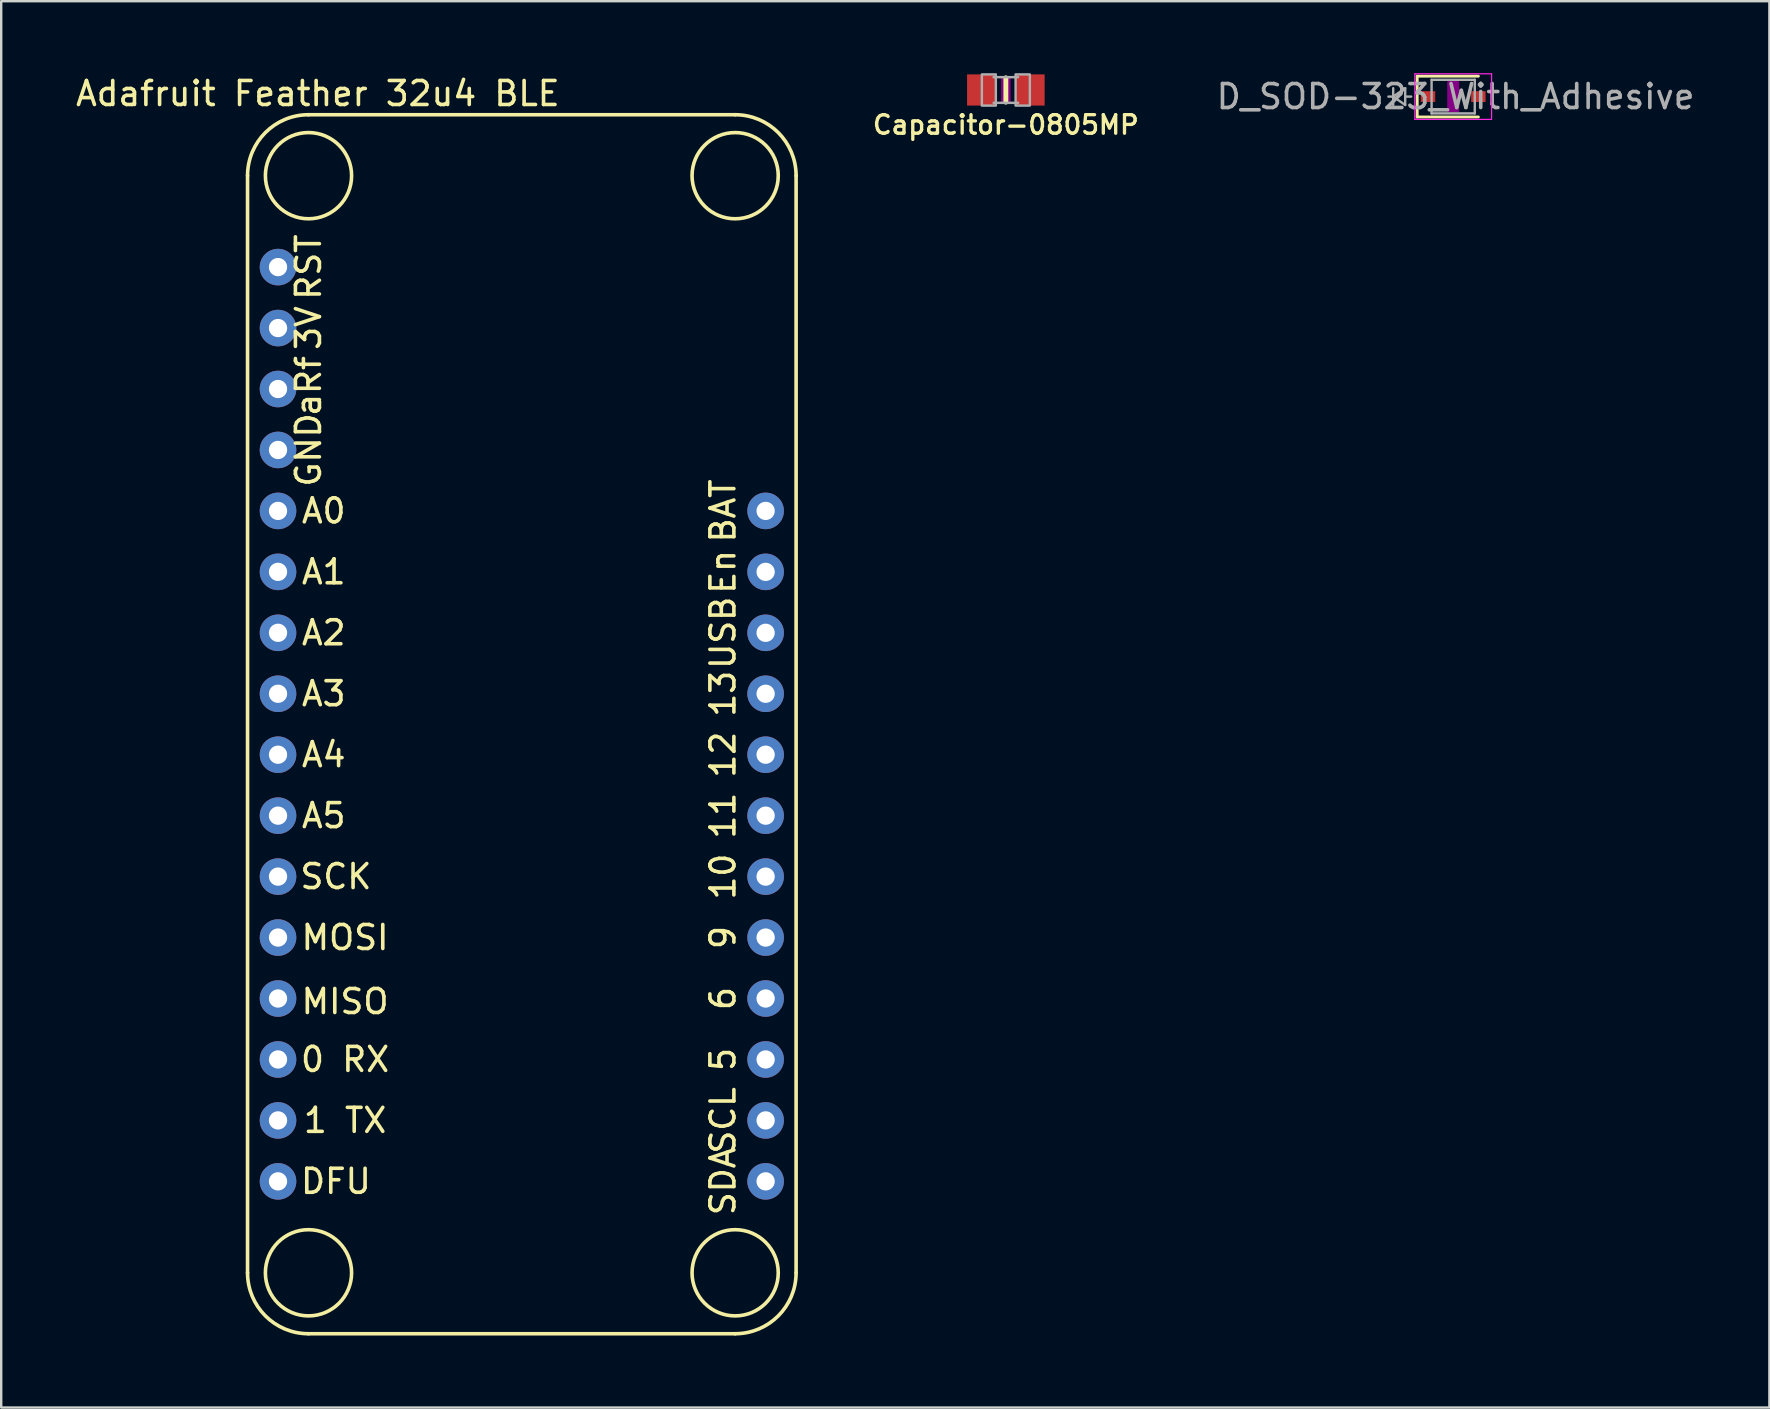
<source format=kicad_pcb>
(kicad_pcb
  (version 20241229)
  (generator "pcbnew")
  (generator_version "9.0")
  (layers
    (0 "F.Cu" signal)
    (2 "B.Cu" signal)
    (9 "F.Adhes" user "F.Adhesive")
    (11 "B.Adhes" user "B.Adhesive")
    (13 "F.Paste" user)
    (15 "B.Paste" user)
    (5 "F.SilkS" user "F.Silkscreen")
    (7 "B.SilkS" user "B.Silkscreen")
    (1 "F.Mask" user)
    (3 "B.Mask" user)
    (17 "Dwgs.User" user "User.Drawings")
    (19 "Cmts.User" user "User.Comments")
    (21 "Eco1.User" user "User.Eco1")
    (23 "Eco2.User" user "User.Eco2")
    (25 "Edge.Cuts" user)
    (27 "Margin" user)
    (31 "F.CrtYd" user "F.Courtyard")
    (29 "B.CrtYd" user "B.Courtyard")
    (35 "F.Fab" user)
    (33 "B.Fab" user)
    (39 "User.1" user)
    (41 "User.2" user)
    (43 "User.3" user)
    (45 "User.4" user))
  (footprint "D_SOD-323_With_Adhesive"
    (layer "F.Cu")
    (at 57.509 0.975)
    (property "Reference" "D_SOD-323_With_Adhesive" (at 0.1 0 0) (layer "F.Fab") (effects (font (size 1 1) (thickness 0.15))))
    (attr smd)
    (fp_line (start -1.5 -0.85) (end -1.5 0.85) (stroke (width 0.12) (type solid)) (layer "F.SilkS"))
    (fp_line (start -1.5 -0.85) (end 1.05 -0.85) (stroke (width 0.12) (type solid)) (layer "F.SilkS"))
    (fp_line (start -1.5 0.85) (end 1.05 0.85) (stroke (width 0.12) (type solid)) (layer "F.SilkS"))
    (fp_poly (pts (xy -0.2 -0.6) (xy 0.2 -0.6) (xy 0.2 0.6) (xy -0.2 0.6)) (stroke (width 0.1) (type solid)) (fill yes) (layer "F.Adhes"))
    (fp_line (start -1.6 -0.95) (end -1.6 0.95) (stroke (width 0.05) (type solid)) (layer "F.CrtYd"))
    (fp_line (start -1.6 -0.95) (end 1.6 -0.95) (stroke (width 0.05) (type solid)) (layer "F.CrtYd"))
    (fp_line (start -1.6 0.95) (end 1.6 0.95) (stroke (width 0.05) (type solid)) (layer "F.CrtYd"))
    (fp_line (start 1.6 -0.95) (end 1.6 0.95) (stroke (width 0.05) (type solid)) (layer "F.CrtYd"))
    (fp_line (start -2.5 -0.35) (end -2.5 0.35) (stroke (width 0.1) (type solid)) (layer "F.Fab"))
    (fp_line (start -2.5 0) (end -2.7 0) (stroke (width 0.1) (type solid)) (layer "F.Fab"))
    (fp_line (start -2.5 0) (end -2 -0.35) (stroke (width 0.1) (type solid)) (layer "F.Fab"))
    (fp_line (start -2 -0.35) (end -2 0.35) (stroke (width 0.1) (type solid)) (layer "F.Fab"))
    (fp_line (start -2 0.35) (end -2.5 0) (stroke (width 0.1) (type solid)) (layer "F.Fab"))
    (fp_line (start -2 0) (end -1.75 0) (stroke (width 0.1) (type solid)) (layer "F.Fab"))
    (fp_line (start -0.9 -0.7) (end 0.9 -0.7) (stroke (width 0.1) (type solid)) (layer "F.Fab"))
    (fp_line (start -0.9 0.7) (end -0.9 -0.7) (stroke (width 0.1) (type solid)) (layer "F.Fab"))
    (fp_line (start 0.9 -0.7) (end 0.9 0.7) (stroke (width 0.1) (type solid)) (layer "F.Fab"))
    (fp_line (start 0.9 0.7) (end -0.9 0.7) (stroke (width 0.1) (type solid)) (layer "F.Fab"))
    (pad "1" smd rect (at -1.05 0) (size 0.6 0.45) (layers "F.Cu" "F.Mask" "F.Paste"))
    (pad "2" smd rect (at 1.05 0) (size 0.6 0.45) (layers "F.Cu" "F.Mask" "F.Paste")))
  (footprint "Adafruit Feather 32u4 BLE"
    (layer "F.Cu")
    (at 18.696 27.216)
    (property "Reference" "Adafruit Feather 32u4 BLE" (at -8.5 -26.367 0) (layer "F.SilkS") (effects (font (size 1 1) (thickness 0.15))))
    (attr through_hole)
    (fp_line (start -11.43 -22.945) (end -11.43 22.775) (stroke (width 0.15) (type solid)) (layer "F.SilkS"))
    (fp_line (start 8.89 -25.485) (end -8.89 -25.485) (stroke (width 0.15) (type solid)) (layer "F.SilkS"))
    (fp_line (start 8.89 25.315) (end -8.89 25.315) (stroke (width 0.15) (type solid)) (layer "F.SilkS"))
    (fp_line (start 11.43 -22.945) (end 11.43 22.775) (stroke (width 0.15) (type solid)) (layer "F.SilkS"))
    (fp_arc (start -11.43 -22.945) (mid -10.686051 -24.741051) (end -8.89 -25.485) (stroke (width 0.15) (type solid)) (layer "F.SilkS"))
    (fp_arc (start -8.89 25.315) (mid -10.686051 24.571051) (end -11.43 22.775) (stroke (width 0.15) (type solid)) (layer "F.SilkS"))
    (fp_arc (start 8.89 -25.485) (mid 10.686051 -24.741051) (end 11.43 -22.945) (stroke (width 0.15) (type solid)) (layer "F.SilkS"))
    (fp_arc (start 11.43 22.775) (mid 10.686051 24.571051) (end 8.89 25.315) (stroke (width 0.15) (type solid)) (layer "F.SilkS"))
    (fp_circle (center -8.89 -22.945) (end -10.16 -21.675) (stroke (width 0.15) (type solid)) (fill no) (layer "F.SilkS"))
    (fp_circle (center -8.89 22.775) (end -10.16 24.045) (stroke (width 0.15) (type solid)) (fill no) (layer "F.SilkS"))
    (fp_circle (center 8.89 -22.945) (end 7.62 -21.675) (stroke (width 0.15) (type solid)) (fill no) (layer "F.SilkS"))
    (fp_circle (center 8.89 22.775) (end 7.62 24.045) (stroke (width 0.15) (type solid)) (fill no) (layer "F.SilkS"))
    (fp_text user "RST" (at -8.89 -19.135 270) (layer "F.SilkS") (effects (font (size 1 1) (thickness 0.15))))
    (fp_text user "3V" (at -8.89 -16.595 270) (layer "F.SilkS") (effects (font (size 1 1) (thickness 0.15))))
    (fp_text user "USB" (at 8.382 -3.895 90) (layer "F.SilkS") (effects (font (size 1 1) (thickness 0.15))))
    (fp_text user "13" (at 8.382 -1.355 90) (layer "F.SilkS") (effects (font (size 1 1) (thickness 0.15))))
    (fp_text user "A0" (at -8.255 -8.975 0) (layer "F.SilkS") (effects (font (size 1 1) (thickness 0.15))))
    (fp_text user "0 RX" (at -7.366 13.885 0) (layer "F.SilkS") (effects (font (size 1 1) (thickness 0.15))))
    (fp_text user "aRf" (at -8.89 -14.182 270) (layer "F.SilkS") (effects (font (size 1 1) (thickness 0.15))))
    (fp_text user "A4" (at -8.255 1.185 0) (layer "F.SilkS") (effects (font (size 1 1) (thickness 0.15))))
    (fp_text user "1 TX" (at -7.366 16.425 0) (layer "F.SilkS") (effects (font (size 1 1) (thickness 0.15))))
    (fp_text user "9" (at 8.382 8.805 90) (layer "F.SilkS") (effects (font (size 1 1) (thickness 0.15))))
    (fp_text user "DFU" (at -7.747 18.965 0) (layer "F.SilkS") (effects (font (size 1 1) (thickness 0.15))))
    (fp_text user "12" (at 8.382 1.185 90) (layer "F.SilkS") (effects (font (size 1 1) (thickness 0.15))))
    (fp_text user "SCK" (at -7.747 6.265 0) (layer "F.SilkS") (effects (font (size 1 1) (thickness 0.15))))
    (fp_text user "5" (at 8.382 13.885 90) (layer "F.SilkS") (effects (font (size 1 1) (thickness 0.15))))
    (fp_text user "SCL" (at 8.382 16.425 90) (layer "F.SilkS") (effects (font (size 1 1) (thickness 0.15))))
    (fp_text user "A1" (at -8.255 -6.435 0) (layer "F.SilkS") (effects (font (size 1 1) (thickness 0.15))))
    (fp_text user "11" (at 8.382 3.725 90) (layer "F.SilkS") (effects (font (size 1 1) (thickness 0.15))))
    (fp_text user "A3" (at -8.255 -1.355 0) (layer "F.SilkS") (effects (font (size 1 1) (thickness 0.15))))
    (fp_text user "A5" (at -8.255 3.725 0) (layer "F.SilkS") (effects (font (size 1 1) (thickness 0.15))))
    (fp_text user "MISO" (at -7.366 11.472 0) (layer "F.SilkS") (effects (font (size 1 1) (thickness 0.15))))
    (fp_text user "BAT" (at 8.382 -8.975 90) (layer "F.SilkS") (effects (font (size 1 1) (thickness 0.15))))
    (fp_text user "A2" (at -8.255 -3.895 0) (layer "F.SilkS") (effects (font (size 1 1) (thickness 0.15))))
    (fp_text user "6" (at 8.382 11.345 90) (layer "F.SilkS") (effects (font (size 1 1) (thickness 0.15))))
    (fp_text user "MOSI" (at -7.366 8.805 0) (layer "F.SilkS") (effects (font (size 1 1) (thickness 0.15))))
    (fp_text user "GND" (at -8.89 -11.515 270) (layer "F.SilkS") (effects (font (size 1 1) (thickness 0.15))))
    (fp_text user "SDA" (at 8.382 18.965 90) (layer "F.SilkS") (effects (font (size 1 1) (thickness 0.15))))
    (fp_text user "En" (at 8.382 -6.435 90) (layer "F.SilkS") (effects (font (size 1 1) (thickness 0.15))))
    (fp_text user "10" (at 8.382 6.265 90) (layer "F.SilkS") (effects (font (size 1 1) (thickness 0.15))))
    (pad "1" thru_hole circle (at -10.16 -19.135 270) (size 1.524 1.524) (drill 0.762) (layers "*.Cu" "*.Mask"))
    (pad "2" thru_hole circle (at -10.16 -16.595 270) (size 1.524 1.524) (drill 0.762) (layers "*.Cu" "*.Mask"))
    (pad "3" thru_hole circle (at -10.16 -14.055 270) (size 1.524 1.524) (drill 0.762) (layers "*.Cu" "*.Mask"))
    (pad "4" thru_hole circle (at -10.16 -11.515 270) (size 1.524 1.524) (drill 0.762) (layers "*.Cu" "*.Mask"))
    (pad "5" thru_hole circle (at -10.16 -8.975 270) (size 1.524 1.524) (drill 0.762) (layers "*.Cu" "*.Mask"))
    (pad "6" thru_hole circle (at -10.16 -6.435 270) (size 1.524 1.524) (drill 0.762) (layers "*.Cu" "*.Mask"))
    (pad "7" thru_hole circle (at -10.16 -3.895 270) (size 1.524 1.524) (drill 0.762) (layers "*.Cu" "*.Mask"))
    (pad "8" thru_hole circle (at -10.16 -1.355 270) (size 1.524 1.524) (drill 0.762) (layers "*.Cu" "*.Mask"))
    (pad "9" thru_hole circle (at -10.16 1.185 270) (size 1.524 1.524) (drill 0.762) (layers "*.Cu" "*.Mask"))
    (pad "10" thru_hole circle (at -10.16 3.725 270) (size 1.524 1.524) (drill 0.762) (layers "*.Cu" "*.Mask"))
    (pad "11" thru_hole circle (at -10.16 6.265 270) (size 1.524 1.524) (drill 0.762) (layers "*.Cu" "*.Mask"))
    (pad "12" thru_hole circle (at -10.16 8.805 270) (size 1.524 1.524) (drill 0.762) (layers "*.Cu" "*.Mask"))
    (pad "13" thru_hole circle (at -10.16 11.345 270) (size 1.524 1.524) (drill 0.762) (layers "*.Cu" "*.Mask"))
    (pad "14" thru_hole circle (at -10.16 13.885 270) (size 1.524 1.524) (drill 0.762) (layers "*.Cu" "*.Mask"))
    (pad "15" thru_hole circle (at -10.16 16.425 270) (size 1.524 1.524) (drill 0.762) (layers "*.Cu" "*.Mask"))
    (pad "16" thru_hole circle (at -10.16 18.965 270) (size 1.524 1.524) (drill 0.762) (layers "*.Cu" "*.Mask"))
    (pad "17" thru_hole circle (at 10.16 18.965 270) (size 1.524 1.524) (drill 0.762) (layers "*.Cu" "*.Mask"))
    (pad "18" thru_hole circle (at 10.16 16.425 270) (size 1.524 1.524) (drill 0.762) (layers "*.Cu" "*.Mask"))
    (pad "19" thru_hole circle (at 10.16 13.885 270) (size 1.524 1.524) (drill 0.762) (layers "*.Cu" "*.Mask"))
    (pad "20" thru_hole circle (at 10.16 11.345 270) (size 1.524 1.524) (drill 0.762) (layers "*.Cu" "*.Mask"))
    (pad "21" thru_hole circle (at 10.16 8.805 270) (size 1.524 1.524) (drill 0.762) (layers "*.Cu" "*.Mask"))
    (pad "22" thru_hole circle (at 10.16 6.265 270) (size 1.524 1.524) (drill 0.762) (layers "*.Cu" "*.Mask"))
    (pad "23" thru_hole circle (at 10.16 3.725 270) (size 1.524 1.524) (drill 0.762) (layers "*.Cu" "*.Mask"))
    (pad "24" thru_hole circle (at 10.16 1.185 270) (size 1.524 1.524) (drill 0.762) (layers "*.Cu" "*.Mask"))
    (pad "25" thru_hole circle (at 10.16 -1.355 270) (size 1.524 1.524) (drill 0.762) (layers "*.Cu" "*.Mask"))
    (pad "26" thru_hole circle (at 10.16 -3.895 270) (size 1.524 1.524) (drill 0.762) (layers "*.Cu" "*.Mask"))
    (pad "27" thru_hole circle (at 10.16 -6.435 270) (size 1.524 1.524) (drill 0.762) (layers "*.Cu" "*.Mask"))
    (pad "28" thru_hole circle (at 10.16 -8.975 270) (size 1.524 1.524) (drill 0.762) (layers "*.Cu" "*.Mask")))
  (footprint "Capacitor-0805MP"
    (layer "F.Cu")
    (at 38.867 0.7)
    (property "Reference" "Capacitor-0805MP" (at 0 1 0) (layer "F.SilkS") (effects (font (size 0.772 0.772) (thickness 0.139)) (justify top)))
    (attr through_hole)
    (fp_line (start 0 -0.508) (end 0 0.508) (stroke (width 0.203) (type solid)) (layer "F.SilkS"))
    (fp_poly (pts (xy -0.2 0.5) (xy 0.2 0.5) (xy 0.2 -0.5) (xy -0.2 -0.5)) (stroke (width 0) (type solid)) (fill yes) (layer "F.Adhes"))
    (fp_line (start -0.51 -0.535) (end 0.51 -0.535) (stroke (width 0.102) (type solid)) (layer "F.Fab"))
    (fp_line (start -0.51 0.535) (end 0.51 0.535) (stroke (width 0.102) (type solid)) (layer "F.Fab"))
    (fp_poly (pts (xy -1 0.65) (xy -0.417 0.65) (xy -0.417 -0.65) (xy -1 -0.65)) (stroke (width 0.1) (type solid)) (fill no) (layer "F.Fab"))
    (fp_poly (pts (xy 0.406 0.65) (xy 1 0.65) (xy 1 -0.65) (xy 0.406 -0.65)) (stroke (width 0.1) (type solid)) (fill no) (layer "F.Fab"))
    (pad "1" smd rect (at -1.016 0) (size 1.2 1.3) (layers "F.Cu" "F.Mask" "F.Paste"))
    (pad "2" smd rect (at 1.016 0) (size 1.2 1.3) (layers "F.Cu" "F.Mask" "F.Paste")))
  (gr_rect
    (start -3 -3)
    (end 70.686 55.606)
    (stroke (width 0.1) (type default))
    (fill no)
    (layer "Edge.Cuts")))
</source>
